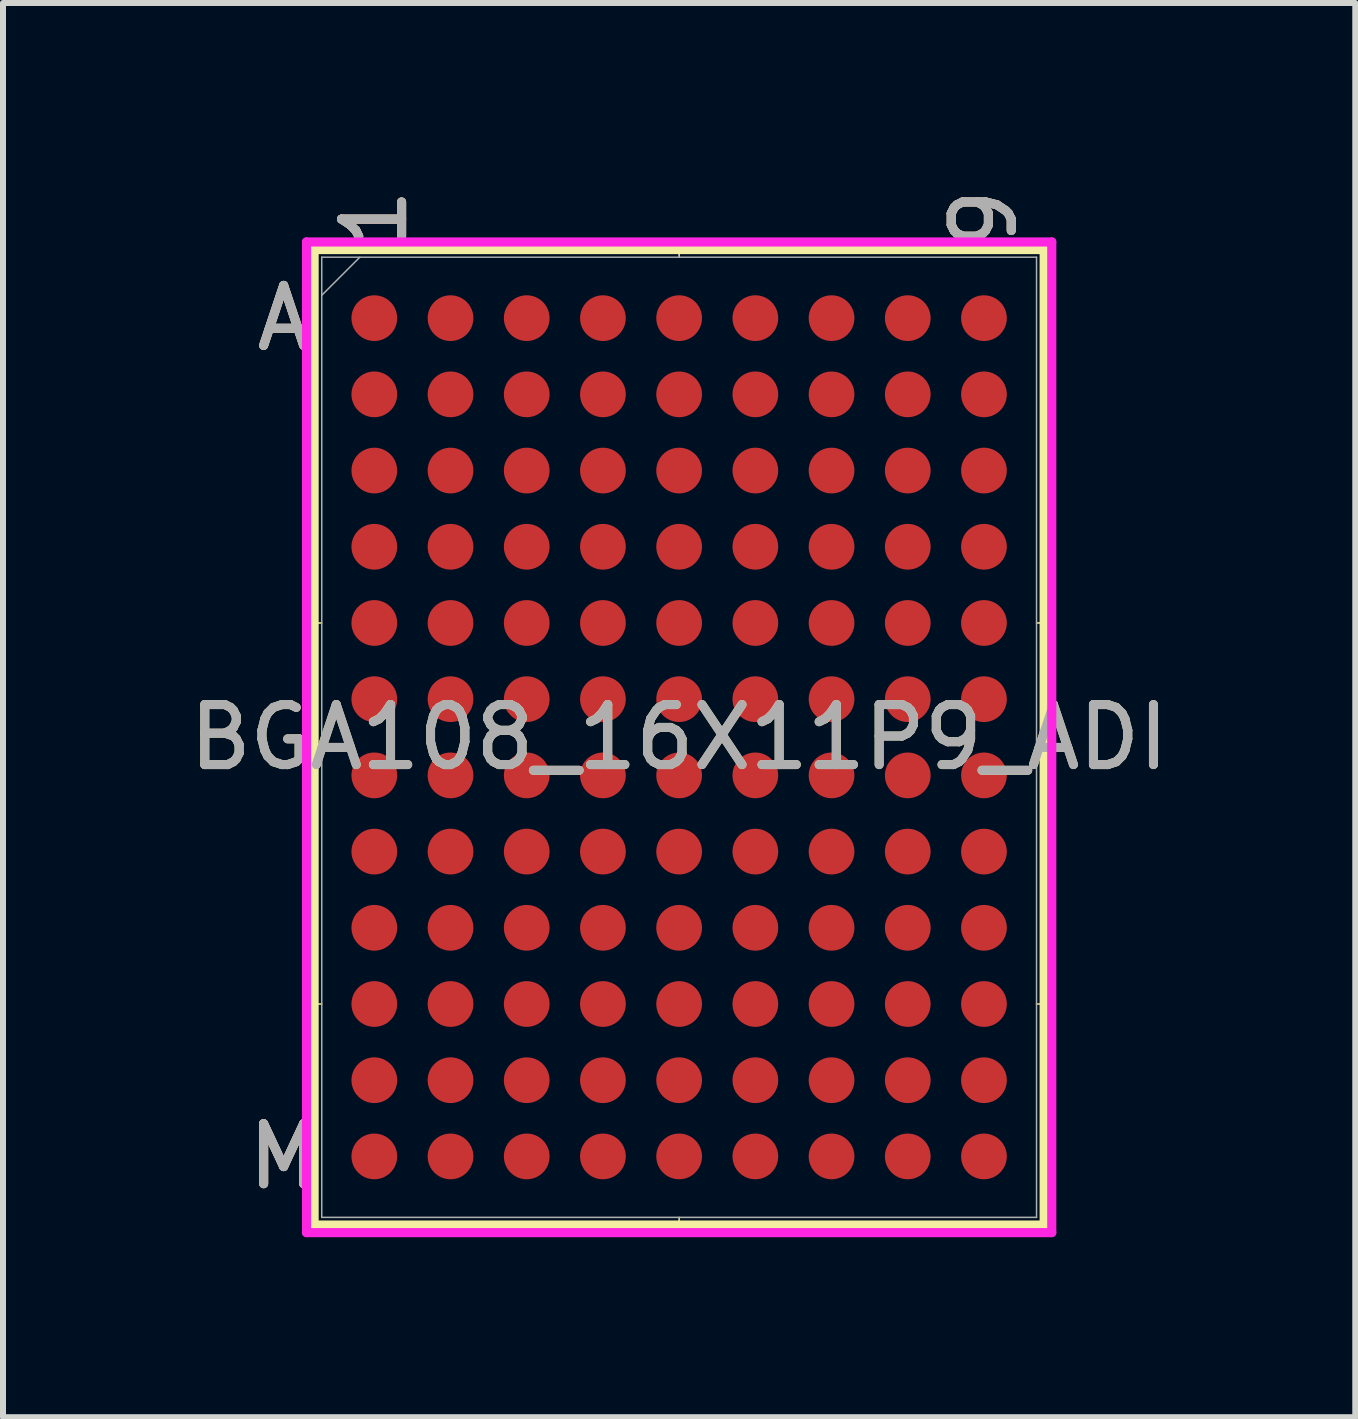
<source format=kicad_pcb>
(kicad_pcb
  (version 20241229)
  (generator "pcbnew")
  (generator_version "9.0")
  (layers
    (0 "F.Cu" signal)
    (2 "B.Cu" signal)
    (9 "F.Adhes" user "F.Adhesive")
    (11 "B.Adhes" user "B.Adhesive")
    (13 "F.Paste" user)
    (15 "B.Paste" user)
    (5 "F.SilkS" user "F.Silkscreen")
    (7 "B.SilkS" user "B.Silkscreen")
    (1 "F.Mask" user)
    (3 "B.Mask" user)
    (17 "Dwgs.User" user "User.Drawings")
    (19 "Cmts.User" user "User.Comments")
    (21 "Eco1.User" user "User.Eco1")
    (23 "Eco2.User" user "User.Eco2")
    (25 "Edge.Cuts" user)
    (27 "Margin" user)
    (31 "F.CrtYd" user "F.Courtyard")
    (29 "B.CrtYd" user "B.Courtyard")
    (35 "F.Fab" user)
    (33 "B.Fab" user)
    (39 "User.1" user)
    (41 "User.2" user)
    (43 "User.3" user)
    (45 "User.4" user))
  (footprint "BGA108_16X11P9_ADI"
    (layer "F.Cu")
    (at 8.268 9.237)
    (property "Reference" "BGA108_16X11P9_ADI" (at 0 0 0) (unlocked yes) (layer "F.SilkS") (effects (font (size 1 1) (thickness 0.15))))
    (attr smd)
    (fp_line (start -6.083 -8.128) (end -6.083 8.128) (stroke (width 0.152) (type solid)) (layer "F.SilkS"))
    (fp_line (start -6.083 8.128) (end 6.083 8.128) (stroke (width 0.152) (type solid)) (layer "F.SilkS"))
    (fp_line (start -5.956 -1.905) (end -6.21 -1.905) (stroke (width 0.025) (type solid)) (layer "F.SilkS"))
    (fp_line (start -5.956 4.445) (end -6.21 4.445) (stroke (width 0.025) (type solid)) (layer "F.SilkS"))
    (fp_line (start 0 -8.001) (end 0 -8.255) (stroke (width 0.025) (type solid)) (layer "F.SilkS"))
    (fp_line (start 0 8.001) (end 0 8.255) (stroke (width 0.025) (type solid)) (layer "F.SilkS"))
    (fp_line (start 5.956 -1.905) (end 6.21 -1.905) (stroke (width 0.025) (type solid)) (layer "F.SilkS"))
    (fp_line (start 5.956 4.445) (end 6.21 4.445) (stroke (width 0.025) (type solid)) (layer "F.SilkS"))
    (fp_line (start 6.083 -8.128) (end -6.083 -8.128) (stroke (width 0.152) (type solid)) (layer "F.SilkS"))
    (fp_line (start 6.083 8.128) (end 6.083 -8.128) (stroke (width 0.152) (type solid)) (layer "F.SilkS"))
    (fp_poly (pts (xy -6.223 -8.128) (xy 6.223 -8.128) (xy 6.223 8.128) (xy -6.223 8.128)) (stroke (width 0.1) (type solid)) (fill no) (layer "Eco2.User"))
    (fp_line (start -6.21 -8.255) (end 6.21 -8.255) (stroke (width 0.152) (type solid)) (layer "F.CrtYd"))
    (fp_line (start -6.21 8.255) (end -6.21 -8.255) (stroke (width 0.152) (type solid)) (layer "F.CrtYd"))
    (fp_line (start 6.21 -8.255) (end 6.21 8.255) (stroke (width 0.152) (type solid)) (layer "F.CrtYd"))
    (fp_line (start 6.21 8.255) (end -6.21 8.255) (stroke (width 0.152) (type solid)) (layer "F.CrtYd"))
    (fp_line (start -5.956 -8.001) (end -5.956 8.001) (stroke (width 0.025) (type solid)) (layer "F.Fab"))
    (fp_line (start -5.956 8.001) (end 5.956 8.001) (stroke (width 0.025) (type solid)) (layer "F.Fab"))
    (fp_line (start -5.321 -8.001) (end -5.956 -7.366) (stroke (width 0.025) (type solid)) (layer "F.Fab"))
    (fp_line (start 5.956 -8.001) (end -5.956 -8.001) (stroke (width 0.025) (type solid)) (layer "F.Fab"))
    (fp_line (start 5.956 8.001) (end 5.956 -8.001) (stroke (width 0.025) (type solid)) (layer "F.Fab"))
    (fp_text user "M" (at -6.591 6.985 0) (unlocked yes) (layer "F.SilkS") (effects (font (size 1 1) (thickness 0.15))))
    (fp_text user "A" (at -6.591 -6.985 0) (unlocked yes) (layer "F.SilkS") (effects (font (size 1 1) (thickness 0.15))))
    (fp_text user "9" (at 5.08 -8.636 90) (unlocked yes) (layer "F.SilkS") (effects (font (size 1 1) (thickness 0.15))))
    (fp_text user "1" (at -5.08 -8.636 90) (unlocked yes) (layer "F.SilkS") (effects (font (size 1 1) (thickness 0.15))))
    (fp_text user "A" (at -6.591 -6.985 0) (unlocked yes) (layer "B.SilkS") (effects (font (size 1 1) (thickness 0.15))))
    (fp_text user "1" (at -5.08 -8.636 90) (unlocked yes) (layer "B.SilkS") (effects (font (size 1 1) (thickness 0.15))))
    (fp_text user "9" (at 5.08 -8.636 90) (unlocked yes) (layer "B.SilkS") (effects (font (size 1 1) (thickness 0.15))))
    (fp_text user "M" (at -6.591 6.985 0) (unlocked yes) (layer "B.SilkS") (effects (font (size 1 1) (thickness 0.15))))
    (fp_text user "A" (at -6.591 -6.985 0) (unlocked yes) (layer "F.Fab") (effects (font (size 1 1) (thickness 0.15))))
    (fp_text user "1" (at -5.08 -8.636 90) (unlocked yes) (layer "F.Fab") (effects (font (size 1 1) (thickness 0.15))))
    (fp_text user "9" (at 5.08 -8.636 90) (unlocked yes) (layer "F.Fab") (effects (font (size 1 1) (thickness 0.15))))
    (fp_text user "M" (at -6.591 6.985 0) (unlocked yes) (layer "F.Fab") (effects (font (size 1 1) (thickness 0.15))))
    (fp_text user "${REFERENCE}" (at 0 0 0) (unlocked yes) (layer "F.Fab") (effects (font (size 1 1) (thickness 0.15))))
    (pad "A1" smd circle (at -5.08 -6.985) (size 0.762 0.762) (layers "F.Cu" "F.Mask" "F.Paste"))
    (pad "A2" smd circle (at -3.81 -6.985) (size 0.762 0.762) (layers "F.Cu" "F.Mask" "F.Paste"))
    (pad "A3" smd circle (at -2.54 -6.985) (size 0.762 0.762) (layers "F.Cu" "F.Mask" "F.Paste"))
    (pad "A4" smd circle (at -1.27 -6.985) (size 0.762 0.762) (layers "F.Cu" "F.Mask" "F.Paste"))
    (pad "A5" smd circle (at 0 -6.985) (size 0.762 0.762) (layers "F.Cu" "F.Mask" "F.Paste"))
    (pad "A6" smd circle (at 1.27 -6.985) (size 0.762 0.762) (layers "F.Cu" "F.Mask" "F.Paste"))
    (pad "A7" smd circle (at 2.54 -6.985) (size 0.762 0.762) (layers "F.Cu" "F.Mask" "F.Paste"))
    (pad "A8" smd circle (at 3.81 -6.985) (size 0.762 0.762) (layers "F.Cu" "F.Mask" "F.Paste"))
    (pad "A9" smd circle (at 5.08 -6.985) (size 0.762 0.762) (layers "F.Cu" "F.Mask" "F.Paste"))
    (pad "B1" smd circle (at -5.08 -5.715) (size 0.762 0.762) (layers "F.Cu" "F.Mask" "F.Paste"))
    (pad "B2" smd circle (at -3.81 -5.715) (size 0.762 0.762) (layers "F.Cu" "F.Mask" "F.Paste"))
    (pad "B3" smd circle (at -2.54 -5.715) (size 0.762 0.762) (layers "F.Cu" "F.Mask" "F.Paste"))
    (pad "B4" smd circle (at -1.27 -5.715) (size 0.762 0.762) (layers "F.Cu" "F.Mask" "F.Paste"))
    (pad "B5" smd circle (at 0 -5.715) (size 0.762 0.762) (layers "F.Cu" "F.Mask" "F.Paste"))
    (pad "B6" smd circle (at 1.27 -5.715) (size 0.762 0.762) (layers "F.Cu" "F.Mask" "F.Paste"))
    (pad "B7" smd circle (at 2.54 -5.715) (size 0.762 0.762) (layers "F.Cu" "F.Mask" "F.Paste"))
    (pad "B8" smd circle (at 3.81 -5.715) (size 0.762 0.762) (layers "F.Cu" "F.Mask" "F.Paste"))
    (pad "B9" smd circle (at 5.08 -5.715) (size 0.762 0.762) (layers "F.Cu" "F.Mask" "F.Paste"))
    (pad "C1" smd circle (at -5.08 -4.445) (size 0.762 0.762) (layers "F.Cu" "F.Mask" "F.Paste"))
    (pad "C2" smd circle (at -3.81 -4.445) (size 0.762 0.762) (layers "F.Cu" "F.Mask" "F.Paste"))
    (pad "C3" smd circle (at -2.54 -4.445) (size 0.762 0.762) (layers "F.Cu" "F.Mask" "F.Paste"))
    (pad "C4" smd circle (at -1.27 -4.445) (size 0.762 0.762) (layers "F.Cu" "F.Mask" "F.Paste"))
    (pad "C5" smd circle (at 0 -4.445) (size 0.762 0.762) (layers "F.Cu" "F.Mask" "F.Paste"))
    (pad "C6" smd circle (at 1.27 -4.445) (size 0.762 0.762) (layers "F.Cu" "F.Mask" "F.Paste"))
    (pad "C7" smd circle (at 2.54 -4.445) (size 0.762 0.762) (layers "F.Cu" "F.Mask" "F.Paste"))
    (pad "C8" smd circle (at 3.81 -4.445) (size 0.762 0.762) (layers "F.Cu" "F.Mask" "F.Paste"))
    (pad "C9" smd circle (at 5.08 -4.445) (size 0.762 0.762) (layers "F.Cu" "F.Mask" "F.Paste"))
    (pad "D1" smd circle (at -5.08 -3.175) (size 0.762 0.762) (layers "F.Cu" "F.Mask" "F.Paste"))
    (pad "D2" smd circle (at -3.81 -3.175) (size 0.762 0.762) (layers "F.Cu" "F.Mask" "F.Paste"))
    (pad "D3" smd circle (at -2.54 -3.175) (size 0.762 0.762) (layers "F.Cu" "F.Mask" "F.Paste"))
    (pad "D4" smd circle (at -1.27 -3.175) (size 0.762 0.762) (layers "F.Cu" "F.Mask" "F.Paste"))
    (pad "D5" smd circle (at 0 -3.175) (size 0.762 0.762) (layers "F.Cu" "F.Mask" "F.Paste"))
    (pad "D6" smd circle (at 1.27 -3.175) (size 0.762 0.762) (layers "F.Cu" "F.Mask" "F.Paste"))
    (pad "D7" smd circle (at 2.54 -3.175) (size 0.762 0.762) (layers "F.Cu" "F.Mask" "F.Paste"))
    (pad "D8" smd circle (at 3.81 -3.175) (size 0.762 0.762) (layers "F.Cu" "F.Mask" "F.Paste"))
    (pad "D9" smd circle (at 5.08 -3.175) (size 0.762 0.762) (layers "F.Cu" "F.Mask" "F.Paste"))
    (pad "E1" smd circle (at -5.08 -1.905) (size 0.762 0.762) (layers "F.Cu" "F.Mask" "F.Paste"))
    (pad "E2" smd circle (at -3.81 -1.905) (size 0.762 0.762) (layers "F.Cu" "F.Mask" "F.Paste"))
    (pad "E3" smd circle (at -2.54 -1.905) (size 0.762 0.762) (layers "F.Cu" "F.Mask" "F.Paste"))
    (pad "E4" smd circle (at -1.27 -1.905) (size 0.762 0.762) (layers "F.Cu" "F.Mask" "F.Paste"))
    (pad "E5" smd circle (at 0 -1.905) (size 0.762 0.762) (layers "F.Cu" "F.Mask" "F.Paste"))
    (pad "E6" smd circle (at 1.27 -1.905) (size 0.762 0.762) (layers "F.Cu" "F.Mask" "F.Paste"))
    (pad "E7" smd circle (at 2.54 -1.905) (size 0.762 0.762) (layers "F.Cu" "F.Mask" "F.Paste"))
    (pad "E8" smd circle (at 3.81 -1.905) (size 0.762 0.762) (layers "F.Cu" "F.Mask" "F.Paste"))
    (pad "E9" smd circle (at 5.08 -1.905) (size 0.762 0.762) (layers "F.Cu" "F.Mask" "F.Paste"))
    (pad "F1" smd circle (at -5.08 -0.635) (size 0.762 0.762) (layers "F.Cu" "F.Mask" "F.Paste"))
    (pad "F2" smd circle (at -3.81 -0.635) (size 0.762 0.762) (layers "F.Cu" "F.Mask" "F.Paste"))
    (pad "F3" smd circle (at -2.54 -0.635) (size 0.762 0.762) (layers "F.Cu" "F.Mask" "F.Paste"))
    (pad "F4" smd circle (at -1.27 -0.635) (size 0.762 0.762) (layers "F.Cu" "F.Mask" "F.Paste"))
    (pad "F5" smd circle (at 0 -0.635) (size 0.762 0.762) (layers "F.Cu" "F.Mask" "F.Paste"))
    (pad "F6" smd circle (at 1.27 -0.635) (size 0.762 0.762) (layers "F.Cu" "F.Mask" "F.Paste"))
    (pad "F7" smd circle (at 2.54 -0.635) (size 0.762 0.762) (layers "F.Cu" "F.Mask" "F.Paste"))
    (pad "F8" smd circle (at 3.81 -0.635) (size 0.762 0.762) (layers "F.Cu" "F.Mask" "F.Paste"))
    (pad "F9" smd circle (at 5.08 -0.635) (size 0.762 0.762) (layers "F.Cu" "F.Mask" "F.Paste"))
    (pad "G1" smd circle (at -5.08 0.635) (size 0.762 0.762) (layers "F.Cu" "F.Mask" "F.Paste"))
    (pad "G2" smd circle (at -3.81 0.635) (size 0.762 0.762) (layers "F.Cu" "F.Mask" "F.Paste"))
    (pad "G3" smd circle (at -2.54 0.635) (size 0.762 0.762) (layers "F.Cu" "F.Mask" "F.Paste"))
    (pad "G4" smd circle (at -1.27 0.635) (size 0.762 0.762) (layers "F.Cu" "F.Mask" "F.Paste"))
    (pad "G5" smd circle (at 0 0.635) (size 0.762 0.762) (layers "F.Cu" "F.Mask" "F.Paste"))
    (pad "G6" smd circle (at 1.27 0.635) (size 0.762 0.762) (layers "F.Cu" "F.Mask" "F.Paste"))
    (pad "G7" smd circle (at 2.54 0.635) (size 0.762 0.762) (layers "F.Cu" "F.Mask" "F.Paste"))
    (pad "G8" smd circle (at 3.81 0.635) (size 0.762 0.762) (layers "F.Cu" "F.Mask" "F.Paste"))
    (pad "G9" smd circle (at 5.08 0.635) (size 0.762 0.762) (layers "F.Cu" "F.Mask" "F.Paste"))
    (pad "H1" smd circle (at -5.08 1.905) (size 0.762 0.762) (layers "F.Cu" "F.Mask" "F.Paste"))
    (pad "H2" smd circle (at -3.81 1.905) (size 0.762 0.762) (layers "F.Cu" "F.Mask" "F.Paste"))
    (pad "H3" smd circle (at -2.54 1.905) (size 0.762 0.762) (layers "F.Cu" "F.Mask" "F.Paste"))
    (pad "H4" smd circle (at -1.27 1.905) (size 0.762 0.762) (layers "F.Cu" "F.Mask" "F.Paste"))
    (pad "H5" smd circle (at 0 1.905) (size 0.762 0.762) (layers "F.Cu" "F.Mask" "F.Paste"))
    (pad "H6" smd circle (at 1.27 1.905) (size 0.762 0.762) (layers "F.Cu" "F.Mask" "F.Paste"))
    (pad "H7" smd circle (at 2.54 1.905) (size 0.762 0.762) (layers "F.Cu" "F.Mask" "F.Paste"))
    (pad "H8" smd circle (at 3.81 1.905) (size 0.762 0.762) (layers "F.Cu" "F.Mask" "F.Paste"))
    (pad "H9" smd circle (at 5.08 1.905) (size 0.762 0.762) (layers "F.Cu" "F.Mask" "F.Paste"))
    (pad "J1" smd circle (at -5.08 3.175) (size 0.762 0.762) (layers "F.Cu" "F.Mask" "F.Paste"))
    (pad "J2" smd circle (at -3.81 3.175) (size 0.762 0.762) (layers "F.Cu" "F.Mask" "F.Paste"))
    (pad "J3" smd circle (at -2.54 3.175) (size 0.762 0.762) (layers "F.Cu" "F.Mask" "F.Paste"))
    (pad "J4" smd circle (at -1.27 3.175) (size 0.762 0.762) (layers "F.Cu" "F.Mask" "F.Paste"))
    (pad "J5" smd circle (at 0 3.175) (size 0.762 0.762) (layers "F.Cu" "F.Mask" "F.Paste"))
    (pad "J6" smd circle (at 1.27 3.175) (size 0.762 0.762) (layers "F.Cu" "F.Mask" "F.Paste"))
    (pad "J7" smd circle (at 2.54 3.175) (size 0.762 0.762) (layers "F.Cu" "F.Mask" "F.Paste"))
    (pad "J8" smd circle (at 3.81 3.175) (size 0.762 0.762) (layers "F.Cu" "F.Mask" "F.Paste"))
    (pad "J9" smd circle (at 5.08 3.175) (size 0.762 0.762) (layers "F.Cu" "F.Mask" "F.Paste"))
    (pad "K1" smd circle (at -5.08 4.445) (size 0.762 0.762) (layers "F.Cu" "F.Mask" "F.Paste"))
    (pad "K2" smd circle (at -3.81 4.445) (size 0.762 0.762) (layers "F.Cu" "F.Mask" "F.Paste"))
    (pad "K3" smd circle (at -2.54 4.445) (size 0.762 0.762) (layers "F.Cu" "F.Mask" "F.Paste"))
    (pad "K4" smd circle (at -1.27 4.445) (size 0.762 0.762) (layers "F.Cu" "F.Mask" "F.Paste"))
    (pad "K5" smd circle (at 0 4.445) (size 0.762 0.762) (layers "F.Cu" "F.Mask" "F.Paste"))
    (pad "K6" smd circle (at 1.27 4.445) (size 0.762 0.762) (layers "F.Cu" "F.Mask" "F.Paste"))
    (pad "K7" smd circle (at 2.54 4.445) (size 0.762 0.762) (layers "F.Cu" "F.Mask" "F.Paste"))
    (pad "K8" smd circle (at 3.81 4.445) (size 0.762 0.762) (layers "F.Cu" "F.Mask" "F.Paste"))
    (pad "K9" smd circle (at 5.08 4.445) (size 0.762 0.762) (layers "F.Cu" "F.Mask" "F.Paste"))
    (pad "L1" smd circle (at -5.08 5.715) (size 0.762 0.762) (layers "F.Cu" "F.Mask" "F.Paste"))
    (pad "L2" smd circle (at -3.81 5.715) (size 0.762 0.762) (layers "F.Cu" "F.Mask" "F.Paste"))
    (pad "L3" smd circle (at -2.54 5.715) (size 0.762 0.762) (layers "F.Cu" "F.Mask" "F.Paste"))
    (pad "L4" smd circle (at -1.27 5.715) (size 0.762 0.762) (layers "F.Cu" "F.Mask" "F.Paste"))
    (pad "L5" smd circle (at 0 5.715) (size 0.762 0.762) (layers "F.Cu" "F.Mask" "F.Paste"))
    (pad "L6" smd circle (at 1.27 5.715) (size 0.762 0.762) (layers "F.Cu" "F.Mask" "F.Paste"))
    (pad "L7" smd circle (at 2.54 5.715) (size 0.762 0.762) (layers "F.Cu" "F.Mask" "F.Paste"))
    (pad "L8" smd circle (at 3.81 5.715) (size 0.762 0.762) (layers "F.Cu" "F.Mask" "F.Paste"))
    (pad "L9" smd circle (at 5.08 5.715) (size 0.762 0.762) (layers "F.Cu" "F.Mask" "F.Paste"))
    (pad "M1" smd circle (at -5.08 6.985) (size 0.762 0.762) (layers "F.Cu" "F.Mask" "F.Paste"))
    (pad "M2" smd circle (at -3.81 6.985) (size 0.762 0.762) (layers "F.Cu" "F.Mask" "F.Paste"))
    (pad "M3" smd circle (at -2.54 6.985) (size 0.762 0.762) (layers "F.Cu" "F.Mask" "F.Paste"))
    (pad "M4" smd circle (at -1.27 6.985) (size 0.762 0.762) (layers "F.Cu" "F.Mask" "F.Paste"))
    (pad "M5" smd circle (at 0 6.985) (size 0.762 0.762) (layers "F.Cu" "F.Mask" "F.Paste"))
    (pad "M6" smd circle (at 1.27 6.985) (size 0.762 0.762) (layers "F.Cu" "F.Mask" "F.Paste"))
    (pad "M7" smd circle (at 2.54 6.985) (size 0.762 0.762) (layers "F.Cu" "F.Mask" "F.Paste"))
    (pad "M8" smd circle (at 3.81 6.985) (size 0.762 0.762) (layers "F.Cu" "F.Mask" "F.Paste"))
    (pad "M9" smd circle (at 5.08 6.985) (size 0.762 0.762) (layers "F.Cu" "F.Mask" "F.Paste")))
  (gr_rect
    (start -3 -3)
    (end 19.536 20.568)
    (stroke (width 0.1) (type default))
    (fill no)
    (layer "Edge.Cuts")))
</source>
